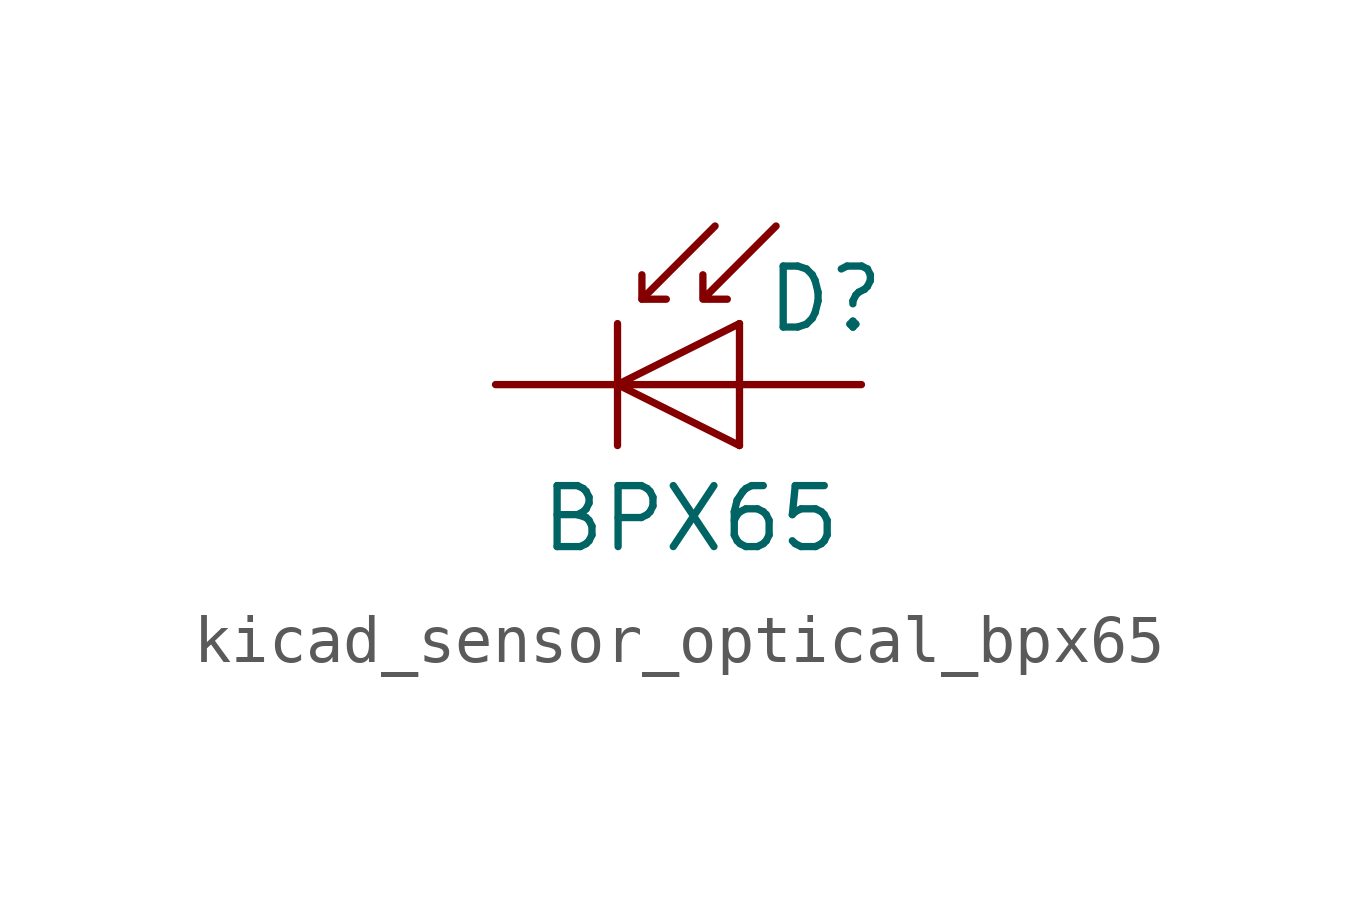
<source format=kicad_sym>
(kicad_symbol_lib
  (version 20220914)
  (generator kicad_symbol_editor)
  (symbol "kicad_sensor_optical_bpx65"
    (pin_numbers hide)
    (pin_names
      (offset 1.016) hide)
    (property "Reference" "D"
      (at 0.508 1.778 0)
      (effects (font (size 1.27 1.27)) (justify left)))
    (property "Value" "BPX65"
      (at -1.016 -2.794 0)
      (effects (font (size 1.27 1.27))))
    (symbol "kicad_sensor_optical_bpx65_0_1"
      (polyline (pts (xy -2.54 1.27) (xy -2.54 -1.27)) (stroke (width 0.152) (type default)) (fill (type none)))
      (polyline (pts (xy -2.032 1.778) (xy -1.524 1.778)) (stroke (width 0) (type default)) (fill (type none)))
      (polyline (pts (xy 0 -1.27) (xy 0 1.27)) (stroke (width 0) (type default)) (fill (type none)))
      (polyline (pts (xy 0 0) (xy -2.54 0)) (stroke (width 0) (type default)) (fill (type none)))
      (polyline (pts (xy -0.508 3.302) (xy -2.032 1.778) (xy -2.032 2.286)) (stroke (width 0) (type default)) (fill (type none)))
      (polyline (pts (xy 0 1.27) (xy -2.54 0) (xy 0 -1.27)) (stroke (width 0) (type default)) (fill (type none)))
      (polyline (pts (xy 0.762 3.302) (xy -0.762 1.778) (xy -0.762 2.286) (xy -0.762 1.778) (xy -0.254 1.778)) (stroke (width 0) (type default)) (fill (type none))))
    (symbol "kicad_sensor_optical_bpx65_1_1"
      (pin passive line (at -5.08 0 0) (length 2.54) (name "K" (effects (font (size 1.27 1.27)))) (number "1" (effects (font (size 1.27 1.27)))))
      (pin passive line (at 2.54 0 180) (length 2.54) (name "A" (effects (font (size 1.27 1.27)))) (number "2" (effects (font (size 1.27 1.27))))))))
</source>
